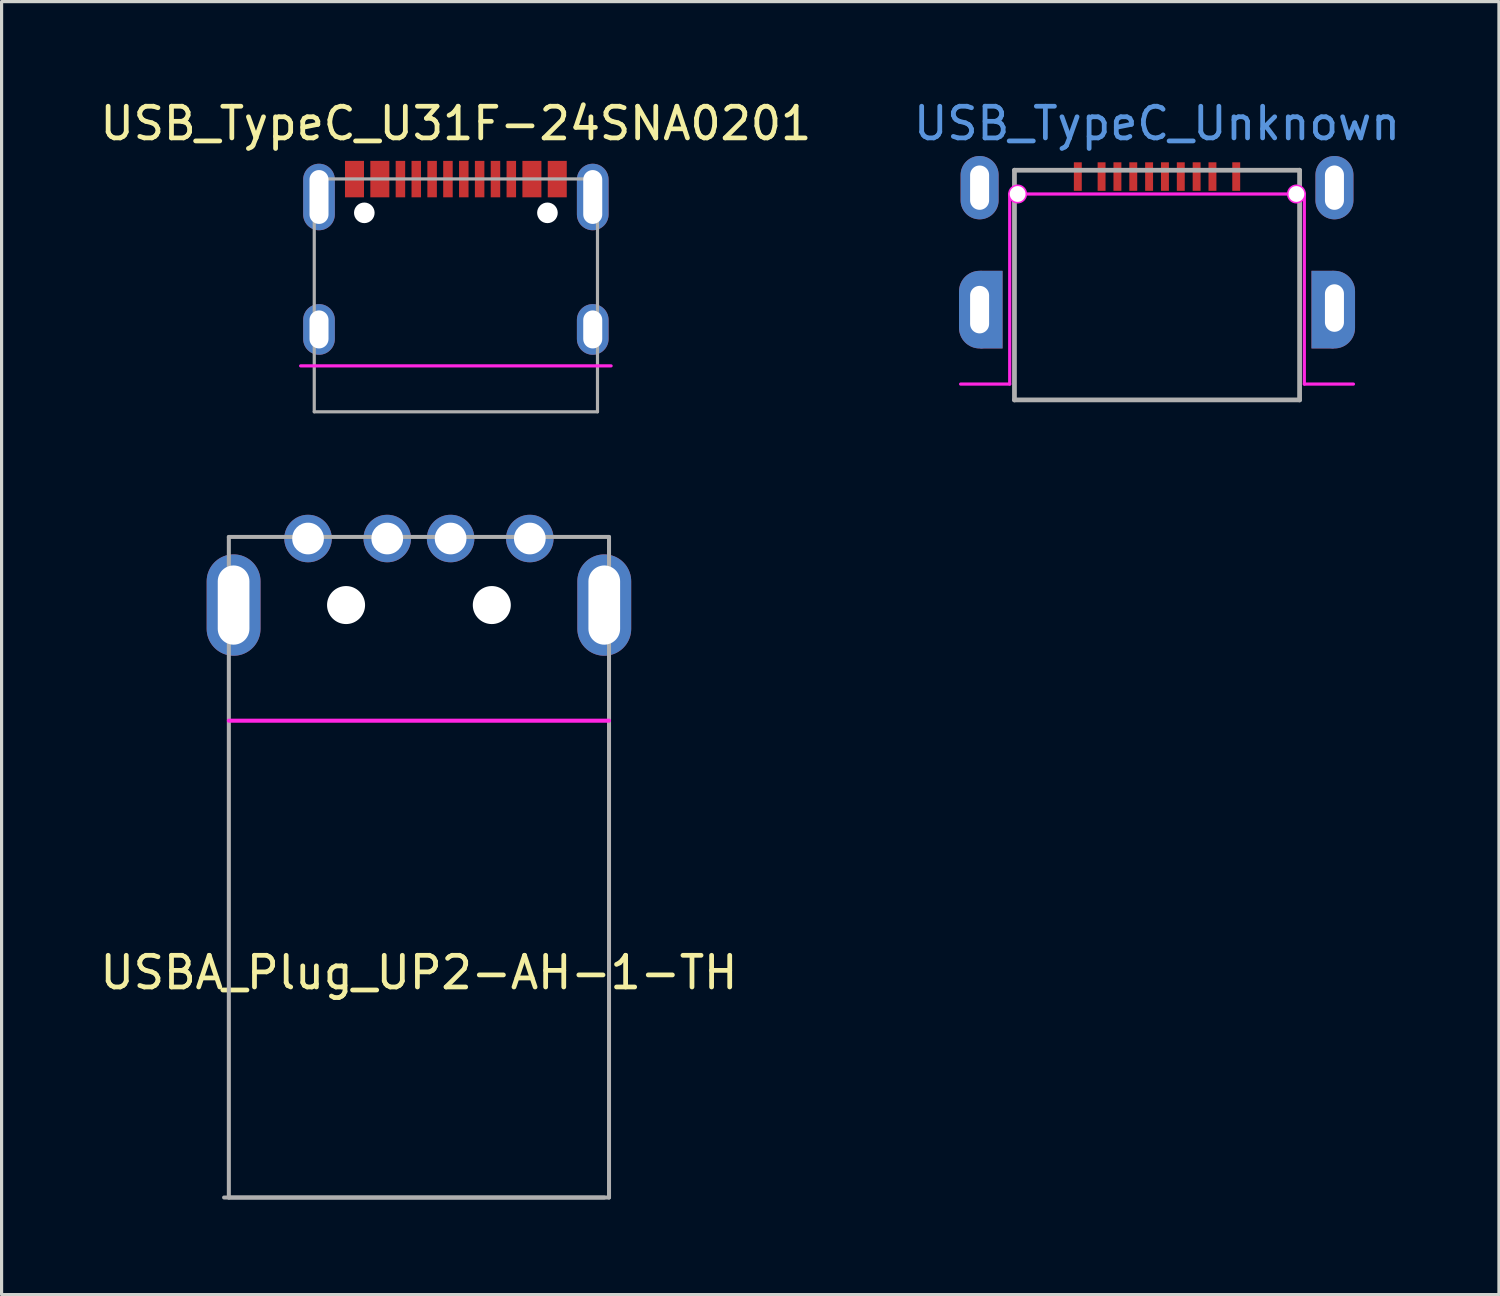
<source format=kicad_pcb>
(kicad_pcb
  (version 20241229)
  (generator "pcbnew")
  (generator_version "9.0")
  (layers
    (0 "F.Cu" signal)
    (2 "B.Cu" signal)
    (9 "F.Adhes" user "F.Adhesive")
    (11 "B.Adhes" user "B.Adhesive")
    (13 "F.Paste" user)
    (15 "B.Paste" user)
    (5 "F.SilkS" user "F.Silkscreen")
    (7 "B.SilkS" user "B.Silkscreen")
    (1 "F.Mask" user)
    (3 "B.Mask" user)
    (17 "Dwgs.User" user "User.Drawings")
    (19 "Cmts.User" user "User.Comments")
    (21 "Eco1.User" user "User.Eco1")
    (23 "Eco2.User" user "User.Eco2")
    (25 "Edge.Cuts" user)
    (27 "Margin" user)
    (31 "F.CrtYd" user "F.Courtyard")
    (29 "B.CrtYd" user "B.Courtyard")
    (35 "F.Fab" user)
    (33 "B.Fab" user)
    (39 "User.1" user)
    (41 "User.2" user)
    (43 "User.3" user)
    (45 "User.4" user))
  (footprint "USBA_Plug_UP2-AH-1-TH"
    (layer "F.Cu")
    (at 10.173 18.948)
    (property "Reference" "USBA_Plug_UP2-AH-1-TH" (at 0 8.7 0) (layer "F.SilkS") (effects (font (size 1 1) (thickness 0.15))))
    (attr through_hole)
    (fp_line (start -6 0.75) (end 6 0.75) (stroke (width 0.127) (type solid)) (layer "F.CrtYd"))
    (fp_line (start -6 -5.05) (end -6 -2) (stroke (width 0.127) (type solid)) (layer "F.Fab"))
    (fp_line (start -6 15.8) (end -6 -2) (stroke (width 0.127) (type solid)) (layer "F.Fab"))
    (fp_line (start 5.85 15.8) (end -6.15 15.8) (stroke (width 0.127) (type solid)) (layer "F.Fab"))
    (fp_line (start 6 -5.05) (end -6 -5.05) (stroke (width 0.127) (type solid)) (layer "F.Fab"))
    (fp_line (start 6 -5.05) (end 6 -2) (stroke (width 0.127) (type solid)) (layer "F.Fab"))
    (fp_line (start 6 -2) (end 6 15.8) (stroke (width 0.127) (type solid)) (layer "F.Fab"))
    (fp_line (start 6 15.8) (end -6 15.8) (stroke (width 0.127) (type solid)) (layer "F.Fab"))
    (pad "" np_thru_hole circle (at -2.3 -2.9) (size 1.2 1.2) (drill 1.2) (layers "*.Cu" "*.Mask"))
    (pad "" np_thru_hole circle (at 2.3 -2.9) (size 1.2 1.2) (drill 1.2) (layers "*.Cu" "*.Mask"))
    (pad "1" thru_hole circle (at 3.5 -5) (size 1.5 1.5) (drill 1) (layers "*.Cu" "*.Mask"))
    (pad "2" thru_hole circle (at 1 -5) (size 1.5 1.5) (drill 1) (layers "*.Cu" "*.Mask"))
    (pad "3" thru_hole circle (at -1 -5) (size 1.5 1.5) (drill 1) (layers "*.Cu" "*.Mask"))
    (pad "4" thru_hole circle (at -3.5 -5) (size 1.5 1.5) (drill 1) (layers "*.Cu" "*.Mask"))
    (pad "S1" thru_hole oval (at -5.85 -2.9) (size 1.7 3.2) (drill oval 1 2.5) (layers "*.Cu" "*.Mask"))
    (pad "S1" thru_hole oval (at 5.85 -2.9) (size 1.7 3.2) (drill oval 1 2.5) (layers "*.Cu" "*.Mask")))
  (footprint "USB_TypeC_U31F-24SNA0201"
    (layer "F.Cu")
    (at 11.339 9.948)
    (property "Reference" "USB_TypeC_U31F-24SNA0201" (at 0 -9.1 0) (layer "F.SilkS") (effects (font (size 1 1) (thickness 0.15))))
    (attr through_hole)
    (fp_line (start -4.9 -1.45) (end 4.9 -1.45) (stroke (width 0.1) (type solid)) (layer "F.CrtYd"))
    (fp_line (start -4.47 -7.35) (end -4.47 0) (stroke (width 0.1) (type solid)) (layer "F.Fab"))
    (fp_line (start -4.47 0) (end 4.47 0) (stroke (width 0.1) (type solid)) (layer "F.Fab"))
    (fp_line (start 4.47 -7.35) (end -4.47 -7.35) (stroke (width 0.1) (type solid)) (layer "F.Fab"))
    (fp_line (start 4.47 0) (end 4.47 -7.35) (stroke (width 0.1) (type solid)) (layer "F.Fab"))
    (pad "" np_thru_hole circle (at -2.89 -6.28) (size 0.65 0.65) (drill 0.65) (layers "*.Cu" "*.Mask"))
    (pad "" np_thru_hole circle (at 2.89 -6.28) (size 0.65 0.65) (drill 0.65) (layers "*.Cu" "*.Mask"))
    (pad "A1" smd rect (at -3.2 -7.345) (size 0.6 1.15) (layers "F.Cu" "F.Mask" "F.Paste"))
    (pad "A4" smd rect (at -2.4 -7.345) (size 0.6 1.15) (layers "F.Cu" "F.Mask" "F.Paste"))
    (pad "A5" smd rect (at -1.25 -7.345) (size 0.3 1.15) (layers "F.Cu" "F.Mask" "F.Paste"))
    (pad "A6" smd rect (at -0.25 -7.345) (size 0.3 1.15) (layers "F.Cu" "F.Mask" "F.Paste"))
    (pad "A7" smd rect (at 0.25 -7.345) (size 0.3 1.15) (layers "F.Cu" "F.Mask" "F.Paste"))
    (pad "A8" smd rect (at 1.25 -7.345) (size 0.3 1.15) (layers "F.Cu" "F.Mask" "F.Paste"))
    (pad "B1" smd rect (at 3.2 -7.345) (size 0.6 1.15) (layers "F.Cu" "F.Mask" "F.Paste"))
    (pad "B4" smd rect (at 2.4 -7.345) (size 0.6 1.15) (layers "F.Cu" "F.Mask" "F.Paste"))
    (pad "B5" smd rect (at 1.75 -7.345) (size 0.3 1.15) (layers "F.Cu" "F.Mask" "F.Paste"))
    (pad "B6" smd rect (at 0.75 -7.345) (size 0.3 1.15) (layers "F.Cu" "F.Mask" "F.Paste"))
    (pad "B7" smd rect (at -0.75 -7.345) (size 0.3 1.15) (layers "F.Cu" "F.Mask" "F.Paste"))
    (pad "B8" smd rect (at -1.75 -7.345) (size 0.3 1.15) (layers "F.Cu" "F.Mask" "F.Paste"))
    (pad "S1" thru_hole oval (at -4.32 -6.78) (size 1 2.1) (drill oval 0.6 1.7) (layers "*.Cu" "*.Mask"))
    (pad "S1" thru_hole oval (at -4.32 -2.6) (size 1 1.6) (drill oval 0.6 1.2) (layers "*.Cu" "*.Mask"))
    (pad "S1" thru_hole oval (at 4.32 -6.78) (size 1 2.1) (drill oval 0.6 1.7) (layers "*.Cu" "*.Mask"))
    (pad "S1" thru_hole oval (at 4.32 -2.6) (size 1 1.6) (drill oval 0.6 1.2) (layers "*.Cu" "*.Mask")))
  (footprint "USB_TypeC_Unknown"
    (layer "F.Cu")
    (at 33.47 9.073)
    (property "Reference" "USB_TypeC_Unknown" (at 0 -8.225 0) (layer "Cmts.User") (effects (font (size 1 1) (thickness 0.15))))
    (attr through_hole)
    (fp_line (start -4.65 -6) (end 4.65 -6) (stroke (width 0.1) (type solid)) (layer "F.CrtYd"))
    (fp_line (start -4.65 0) (end -6.2 0) (stroke (width 0.1) (type solid)) (layer "F.CrtYd"))
    (fp_line (start -4.65 0) (end -4.65 -6) (stroke (width 0.1) (type solid)) (layer "F.CrtYd"))
    (fp_line (start 4.65 -6) (end 4.65 0) (stroke (width 0.1) (type solid)) (layer "F.CrtYd"))
    (fp_line (start 4.65 0) (end 6.2 0) (stroke (width 0.1) (type solid)) (layer "F.CrtYd"))
    (fp_circle (center -4.4 -6) (end -4.15 -6) (stroke (width 0.1) (type solid)) (fill no) (layer "F.CrtYd"))
    (fp_circle (center 4.4 -6) (end 4.65 -6) (stroke (width 0.1) (type solid)) (fill no) (layer "F.CrtYd"))
    (fp_line (start -4.5 -6.75) (end 4.5 -6.75) (stroke (width 0.15) (type solid)) (layer "F.Fab"))
    (fp_line (start -4.5 0.5) (end -4.5 -6.75) (stroke (width 0.15) (type solid)) (layer "F.Fab"))
    (fp_line (start 4.5 -6.75) (end 4.5 0.5) (stroke (width 0.15) (type solid)) (layer "F.Fab"))
    (fp_line (start 4.5 0.5) (end -4.5 0.5) (stroke (width 0.15) (type solid)) (layer "F.Fab"))
    (pad "" np_thru_hole circle (at -4.4 -6) (size 0.5 0.5) (drill 0.5) (layers "*.Cu" "*.Mask"))
    (pad "" np_thru_hole circle (at 4.4 -6) (size 0.5 0.5) (drill 0.5) (layers "*.Cu" "*.Mask"))
    (pad "A1" smd rect (at -2.5 -6.55) (size 0.25 0.9) (layers "F.Cu" "F.Mask" "F.Paste"))
    (pad "A4" smd rect (at -1.75 -6.55) (size 0.25 0.9) (layers "F.Cu" "F.Mask" "F.Paste"))
    (pad "A5" smd rect (at -1.25 -6.55) (size 0.25 0.9) (layers "F.Cu" "F.Mask" "F.Paste"))
    (pad "A6" smd rect (at -0.75 -6.55) (size 0.25 0.9) (layers "F.Cu" "F.Mask" "F.Paste"))
    (pad "A7" smd rect (at -0.25 -6.55) (size 0.25 0.9) (layers "F.Cu" "F.Mask" "F.Paste"))
    (pad "B1" smd rect (at 2.5 -6.55) (size 0.25 0.9) (layers "F.Cu" "F.Mask" "F.Paste"))
    (pad "B4" smd rect (at 1.75 -6.55) (size 0.25 0.9) (layers "F.Cu" "F.Mask" "F.Paste"))
    (pad "B5" smd rect (at 1.25 -6.55) (size 0.25 0.9) (layers "F.Cu" "F.Mask" "F.Paste"))
    (pad "B6" smd rect (at 0.75 -6.55) (size 0.25 0.9) (layers "F.Cu" "F.Mask" "F.Paste"))
    (pad "B7" smd rect (at 0.25 -6.55) (size 0.25 0.9) (layers "F.Cu" "F.Mask" "F.Paste"))
    (pad "S1" thru_hole oval (at -5.6 -6.2) (size 1.2 2) (drill oval 0.6 1.4) (layers "*.Cu" "*.Mask"))
    (pad "S1" thru_hole oval (at -5.6 -2.35) (size 1.2 2) (drill oval 0.6 1.5) (layers "*.Cu" "*.Mask"))
    (pad "S1" smd oval (at -5.6 -2.35) (size 1.3 2.45) (layers "F.Cu" "F.Mask"))
    (pad "S1" smd oval (at -5.6 -2.35) (size 1.3 2.45) (layers "B.Cu" "B.Mask"))
    (pad "S1" smd rect (at -5.225 -2.35) (size 0.7 2.45) (layers "F.Cu" "F.Mask"))
    (pad "S1" smd rect (at -5.225 -2.35) (size 0.7 2.45) (layers "B.Cu" "B.Mask"))
    (pad "S1" smd rect (at 5.225 -2.35) (size 0.7 2.45) (layers "F.Cu" "F.Mask"))
    (pad "S1" smd rect (at 5.225 -2.35) (size 0.7 2.45) (layers "B.Cu" "B.Mask"))
    (pad "S1" thru_hole oval (at 5.6 -6.2) (size 1.2 2) (drill oval 0.6 1.4) (layers "*.Cu" "*.Mask"))
    (pad "S1" thru_hole oval (at 5.6 -2.4) (size 1.2 2) (drill oval 0.6 1.5) (layers "*.Cu" "*.Mask"))
    (pad "S1" smd oval (at 5.6 -2.35) (size 1.3 2.45) (layers "F.Cu" "F.Mask"))
    (pad "S1" smd oval (at 5.6 -2.35) (size 1.3 2.45) (layers "B.Cu" "B.Mask")))
  (gr_rect
    (start -3 -3)
    (end 44.262 37.812)
    (stroke (width 0.1) (type default))
    (fill no)
    (layer "Edge.Cuts")))
</source>
